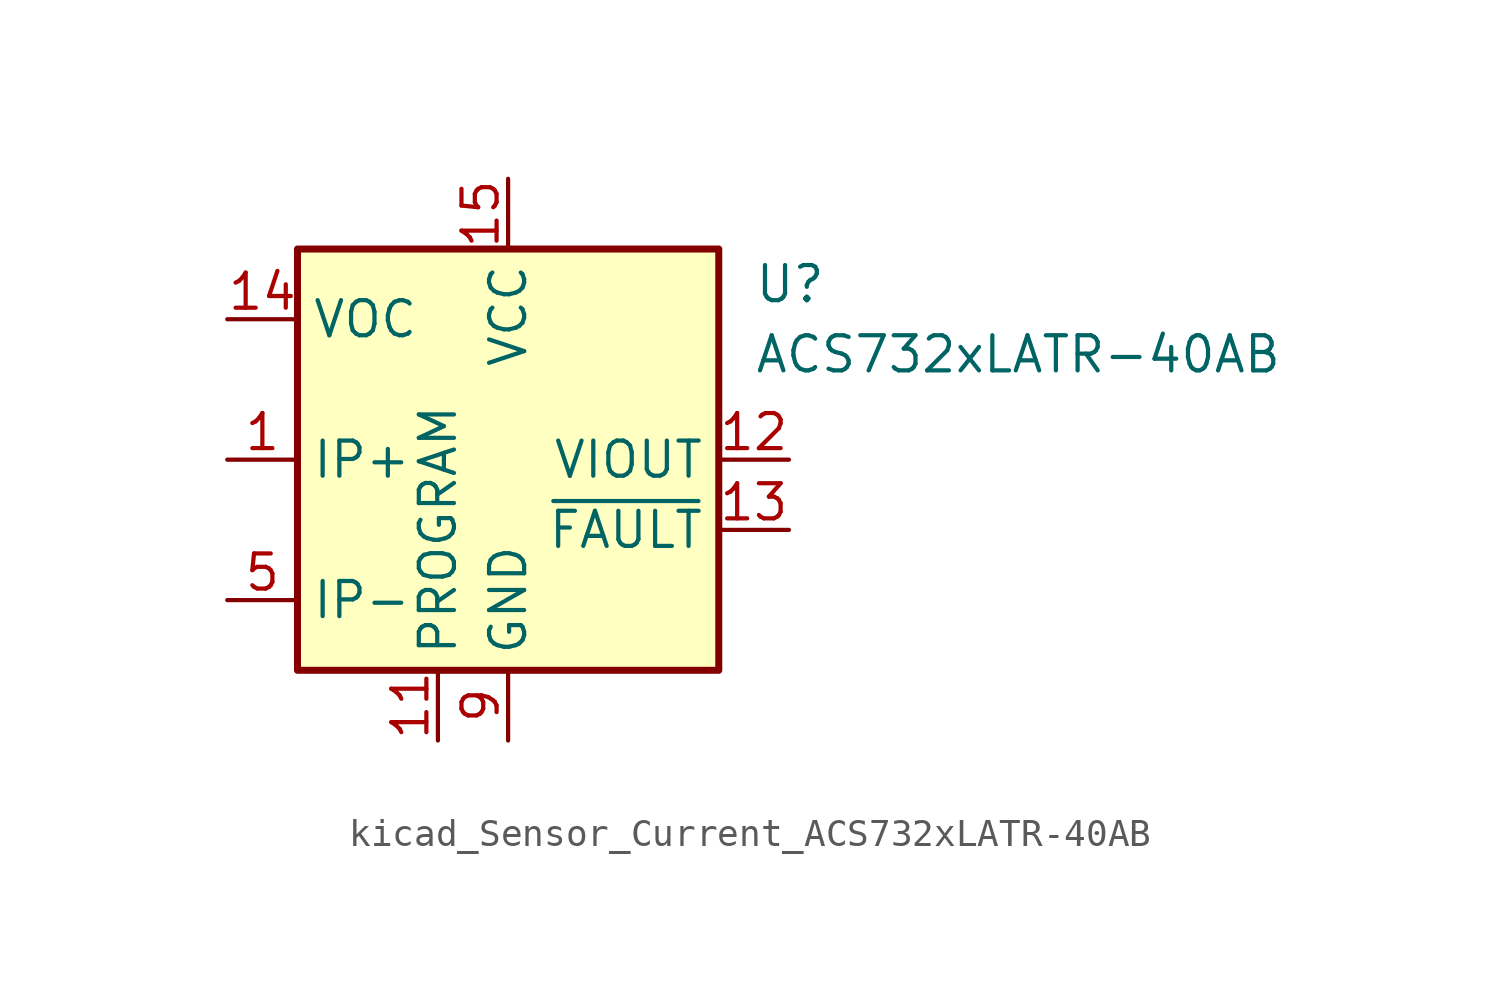
<source format=kicad_sym>
(kicad_symbol_lib
  (version 20220914)
  (generator kicad_symbol_editor)
  (symbol "kicad_Sensor_Current_ACS732xLATR-40AB"
    (property "Reference" "U"
      (at 8.89 6.35 0)
      (effects (font (size 1.27 1.27)) (justify left)))
    (property "Value" "ACS732xLATR-40AB"
      (at 8.89 3.81 0)
      (effects (font (size 1.27 1.27)) (justify left)))
    (symbol "kicad_Sensor_Current_ACS732xLATR-40AB_0_1"
      (rectangle (start -7.62 7.62) (end 7.62 -7.62) (stroke (width 0.254) (type default)) (fill (type background))))
    (symbol "kicad_Sensor_Current_ACS732xLATR-40AB_1_1"
      (pin passive line (at -10.16 0 0) (length 2.54) (name "IP+" (effects (font (size 1.27 1.27)))) (number "1" (effects (font (size 1.27 1.27)))))
      (pin passive line (at 0 -10.16 90) (length 2.54) hide (name "GND" (effects (font (size 1.27 1.27)))) (number "10" (effects (font (size 1.27 1.27)))))
      (pin passive line (at -2.54 -10.16 90) (length 2.54) (name "PROGRAM" (effects (font (size 1.27 1.27)))) (number "11" (effects (font (size 1.27 1.27)))))
      (pin output line (at 10.16 0 180) (length 2.54) (name "VIOUT" (effects (font (size 1.27 1.27)))) (number "12" (effects (font (size 1.27 1.27)))))
      (pin output line (at 10.16 -2.54 180) (length 2.54) (name "~{FAULT}" (effects (font (size 1.27 1.27)))) (number "13" (effects (font (size 1.27 1.27)))))
      (pin input line (at -10.16 5.08 0) (length 2.54) (name "VOC" (effects (font (size 1.27 1.27)))) (number "14" (effects (font (size 1.27 1.27)))))
      (pin power_in line (at 0 10.16 270) (length 2.54) (name "VCC" (effects (font (size 1.27 1.27)))) (number "15" (effects (font (size 1.27 1.27)))))
      (pin passive line (at 0 10.16 270) (length 2.54) hide (name "VCC" (effects (font (size 1.27 1.27)))) (number "16" (effects (font (size 1.27 1.27)))))
      (pin passive line (at -10.16 0 0) (length 2.54) hide (name "IP+" (effects (font (size 1.27 1.27)))) (number "2" (effects (font (size 1.27 1.27)))))
      (pin passive line (at -10.16 0 0) (length 2.54) hide (name "IP+" (effects (font (size 1.27 1.27)))) (number "3" (effects (font (size 1.27 1.27)))))
      (pin passive line (at -10.16 0 0) (length 2.54) hide (name "IP+" (effects (font (size 1.27 1.27)))) (number "4" (effects (font (size 1.27 1.27)))))
      (pin passive line (at -10.16 -5.08 0) (length 2.54) (name "IP-" (effects (font (size 1.27 1.27)))) (number "5" (effects (font (size 1.27 1.27)))))
      (pin passive line (at -10.16 -5.08 0) (length 2.54) hide (name "IP-" (effects (font (size 1.27 1.27)))) (number "6" (effects (font (size 1.27 1.27)))))
      (pin passive line (at -10.16 -5.08 0) (length 2.54) hide (name "IP-" (effects (font (size 1.27 1.27)))) (number "7" (effects (font (size 1.27 1.27)))))
      (pin passive line (at -10.16 -5.08 0) (length 2.54) hide (name "IP-" (effects (font (size 1.27 1.27)))) (number "8" (effects (font (size 1.27 1.27)))))
      (pin power_in line (at 0 -10.16 90) (length 2.54) (name "GND" (effects (font (size 1.27 1.27)))) (number "9" (effects (font (size 1.27 1.27))))))))
</source>
